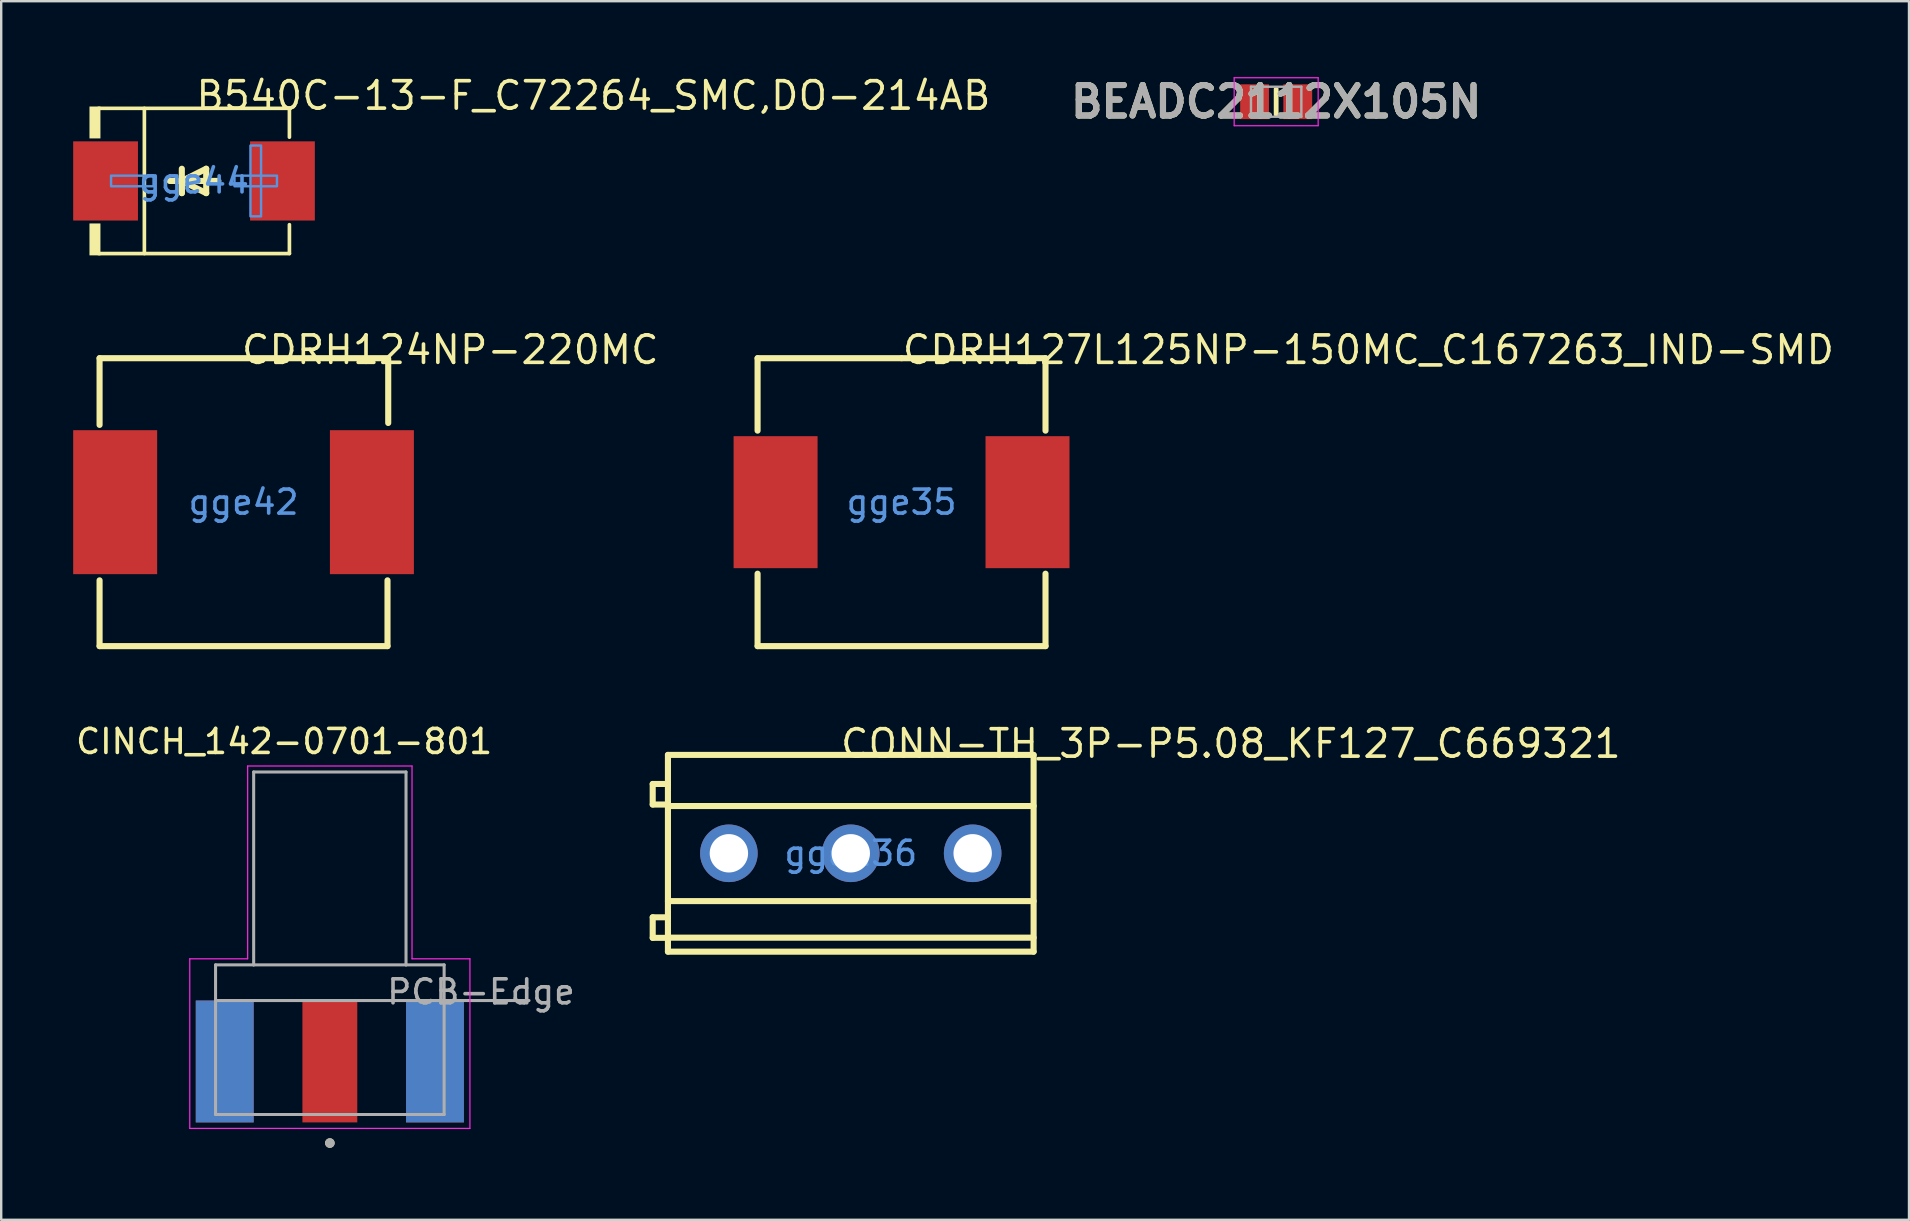
<source format=kicad_pcb>
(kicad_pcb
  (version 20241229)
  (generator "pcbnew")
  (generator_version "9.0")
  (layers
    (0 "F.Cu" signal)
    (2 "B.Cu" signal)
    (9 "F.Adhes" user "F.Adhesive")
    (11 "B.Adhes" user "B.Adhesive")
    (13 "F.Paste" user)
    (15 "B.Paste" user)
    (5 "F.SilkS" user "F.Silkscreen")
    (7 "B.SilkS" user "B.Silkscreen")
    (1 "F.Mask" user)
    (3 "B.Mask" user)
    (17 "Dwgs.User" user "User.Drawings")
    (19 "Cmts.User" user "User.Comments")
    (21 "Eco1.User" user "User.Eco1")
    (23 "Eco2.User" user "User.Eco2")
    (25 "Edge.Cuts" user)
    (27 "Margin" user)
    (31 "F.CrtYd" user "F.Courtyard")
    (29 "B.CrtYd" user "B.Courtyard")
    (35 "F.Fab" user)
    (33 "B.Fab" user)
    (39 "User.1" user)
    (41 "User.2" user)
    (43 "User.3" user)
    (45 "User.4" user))
  (footprint "B540C-13-F_C72264_SMC,DO-214AB"
    (layer "F.Cu")
    (at 5.036 4.491)
    (property "Reference" "B540C-13-F_C72264_SMC,DO-214AB" (at 0 -3.556 0) (layer "F.SilkS") (effects (font (size 1.143 1.143) (thickness 0.152)) (justify left)))
    (attr smd)
    (fp_line (start -3.976 -3.026) (end 3.976 -3.026) (stroke (width 0.152) (type solid)) (layer "F.SilkS"))
    (fp_line (start -3.976 3.026) (end 3.976 3.026) (stroke (width 0.152) (type solid)) (layer "F.SilkS"))
    (fp_line (start -2.069 -3.026) (end -2.069 3.026) (stroke (width 0.152) (type solid)) (layer "F.SilkS"))
    (fp_line (start -0.508 0) (end -0.508 0.508) (stroke (width 0.254) (type solid)) (layer "F.SilkS"))
    (fp_line (start -0.508 0) (end 0.508 0.508) (stroke (width 0.254) (type solid)) (layer "F.SilkS"))
    (fp_line (start -0.508 0.508) (end -0.508 -0.508) (stroke (width 0.254) (type solid)) (layer "F.SilkS"))
    (fp_line (start 0.508 -0.508) (end -0.508 0) (stroke (width 0.254) (type solid)) (layer "F.SilkS"))
    (fp_line (start 0.508 0.508) (end 0.508 -0.508) (stroke (width 0.254) (type solid)) (layer "F.SilkS"))
    (fp_line (start 1.016 0) (end -1.016 0) (stroke (width 0.254) (type solid)) (layer "F.SilkS"))
    (fp_line (start 3.976 -3.026) (end 3.976 -1.823) (stroke (width 0.152) (type solid)) (layer "F.SilkS"))
    (fp_line (start 3.976 3.026) (end 3.976 1.823) (stroke (width 0.152) (type solid)) (layer "F.SilkS"))
    (fp_poly (pts (xy -3.9 -3.102) (xy -3.9 -1.772) (xy -4.357 -1.772) (xy -4.357 -3.102)) (stroke (width 0) (type solid)) (fill yes) (layer "F.SilkS"))
    (fp_poly (pts (xy -3.9 3.102) (xy -3.9 1.772) (xy -4.357 1.772) (xy -4.357 3.102)) (stroke (width 0) (type solid)) (fill yes) (layer "F.SilkS"))
    (fp_poly (pts (xy -3.457 0.221) (xy -3.457 -0.221) (xy -1.687 -0.221) (xy -1.687 0.221)) (stroke (width 0.1) (type solid)) (fill no) (layer "Cmts.User"))
    (fp_poly (pts (xy 2.794 1.475) (xy 2.794 -1.475) (xy 2.351 -1.475) (xy 2.351 1.475)) (stroke (width 0.1) (type solid)) (fill no) (layer "Cmts.User"))
    (fp_poly (pts (xy 3.457 0.221) (xy 3.457 -0.221) (xy 1.687 -0.221) (xy 1.687 0.221)) (stroke (width 0.1) (type solid)) (fill no) (layer "Cmts.User"))
    (fp_text user "gge44" (at 0 0 0) (layer "Cmts.User") (effects (font (size 1 1) (thickness 0.15))))
    (pad "1" smd rect (at -3.686 0) (size 2.7 3.3) (layers "F.Cu" "F.Mask" "F.Paste"))
    (pad "2" smd rect (at 3.686 0) (size 2.7 3.3) (layers "F.Cu" "F.Mask" "F.Paste")))
  (footprint "CINCH_142-0701-801"
    (layer "F.Cu")
    (at 10.697 41.189)
    (property "Reference" "CINCH_142-0701-801" (at -1.905 -13.335 0) (layer "F.SilkS") (effects (font (size 1 1) (thickness 0.15))))
    (attr through_hole)
    (fp_line (start -2.8 2.21) (end -1.5 2.21) (stroke (width 0.127) (type solid)) (layer "F.SilkS"))
    (fp_line (start 1.5 2.21) (end 2.8 2.21) (stroke (width 0.127) (type solid)) (layer "F.SilkS"))
    (fp_circle (center 0 3.4) (end 0.1 3.4) (stroke (width 0.2) (type solid)) (fill no) (layer "F.SilkS"))
    (fp_line (start -5.838 -4.28) (end -3.425 -4.28) (stroke (width 0.05) (type solid)) (layer "F.CrtYd"))
    (fp_line (start -5.838 2.79) (end -5.838 -4.28) (stroke (width 0.05) (type solid)) (layer "F.CrtYd"))
    (fp_line (start -3.425 -12.315) (end 3.425 -12.315) (stroke (width 0.05) (type solid)) (layer "F.CrtYd"))
    (fp_line (start -3.425 -4.28) (end -3.425 -12.315) (stroke (width 0.05) (type solid)) (layer "F.CrtYd"))
    (fp_line (start 3.425 -12.315) (end 3.425 -4.28) (stroke (width 0.05) (type solid)) (layer "F.CrtYd"))
    (fp_line (start 3.425 -4.28) (end 5.838 -4.28) (stroke (width 0.05) (type solid)) (layer "F.CrtYd"))
    (fp_line (start 5.838 -4.28) (end 5.838 2.79) (stroke (width 0.05) (type solid)) (layer "F.CrtYd"))
    (fp_line (start 5.838 2.79) (end -5.838 2.79) (stroke (width 0.05) (type solid)) (layer "F.CrtYd"))
    (fp_line (start -4.763 -4.026) (end -4.763 -2.54) (stroke (width 0.127) (type solid)) (layer "F.Fab"))
    (fp_line (start -4.763 -4.026) (end -3.175 -4.026) (stroke (width 0.127) (type solid)) (layer "F.Fab"))
    (fp_line (start -4.763 -2.54) (end 4.763 -2.54) (stroke (width 0.127) (type solid)) (layer "F.Fab"))
    (fp_line (start -4.763 2.21) (end -4.763 -2.54) (stroke (width 0.127) (type solid)) (layer "F.Fab"))
    (fp_line (start -3.175 -12.065) (end 3.175 -12.065) (stroke (width 0.127) (type solid)) (layer "F.Fab"))
    (fp_line (start -3.175 -4.026) (end -3.175 -12.065) (stroke (width 0.127) (type solid)) (layer "F.Fab"))
    (fp_line (start -3.175 -4.026) (end 3.175 -4.026) (stroke (width 0.127) (type solid)) (layer "F.Fab"))
    (fp_line (start 3.175 -12.065) (end 3.175 -4.026) (stroke (width 0.127) (type solid)) (layer "F.Fab"))
    (fp_line (start 3.175 -4.026) (end 4.763 -4.026) (stroke (width 0.127) (type solid)) (layer "F.Fab"))
    (fp_line (start 4.763 -4.026) (end 4.763 -2.54) (stroke (width 0.127) (type solid)) (layer "F.Fab"))
    (fp_line (start 4.763 -2.54) (end 4.763 2.21) (stroke (width 0.127) (type solid)) (layer "F.Fab"))
    (fp_line (start 4.763 2.21) (end -4.763 2.21) (stroke (width 0.127) (type solid)) (layer "F.Fab"))
    (fp_line (start 4.8 -2.54) (end 8.3 -2.54) (stroke (width 0.127) (type solid)) (layer "F.Fab"))
    (fp_circle (center 0 3.4) (end 0.1 3.4) (stroke (width 0.2) (type solid)) (fill no) (layer "F.Fab"))
    (fp_text user "PCB-Edge" (at 6.3 -2.9 0) (layer "F.Fab") (effects (font (size 1 1) (thickness 0.15))))
    (pad "1" smd rect (at 0 0) (size 2.286 5.08) (layers "F.Cu" "F.Mask" "F.Paste"))
    (pad "S1" smd rect (at -4.381 0) (size 2.413 5.08) (layers "F.Cu" "F.Mask" "F.Paste"))
    (pad "S2" smd rect (at 4.381 0) (size 2.413 5.08) (layers "F.Cu" "F.Mask" "F.Paste"))
    (pad "S3" smd rect (at -4.381 0) (size 2.413 5.08) (layers "B.Cu" "B.Mask" "B.Paste"))
    (pad "S4" smd rect (at 4.381 0) (size 2.413 5.08) (layers "B.Cu" "B.Mask" "B.Paste")))
  (footprint "CDRH127L125NP-150MC_C167263_IND-SMD"
    (layer "F.Cu")
    (at 34.524 17.879)
    (property "Reference" "CDRH127L125NP-150MC_C167263_IND-SMD" (at -0.047 -6.35 0) (layer "F.SilkS") (effects (font (size 1.143 1.143) (thickness 0.152)) (justify left)))
    (attr smd)
    (fp_line (start -6 -6) (end 0 -6) (stroke (width 0.254) (type solid)) (layer "F.SilkS"))
    (fp_line (start -6 -2.981) (end -6 -6) (stroke (width 0.254) (type solid)) (layer "F.SilkS"))
    (fp_line (start -6 6) (end -6 2.981) (stroke (width 0.254) (type solid)) (layer "F.SilkS"))
    (fp_line (start 0 -6) (end 6 -6) (stroke (width 0.254) (type solid)) (layer "F.SilkS"))
    (fp_line (start 6 -6) (end 6 -2.981) (stroke (width 0.254) (type solid)) (layer "F.SilkS"))
    (fp_line (start 6 2.981) (end 6 6) (stroke (width 0.254) (type solid)) (layer "F.SilkS"))
    (fp_line (start 6 6) (end -6 6) (stroke (width 0.254) (type solid)) (layer "F.SilkS"))
    (fp_text user "gge35" (at 0 0 0) (layer "Cmts.User") (effects (font (size 1 1) (thickness 0.15))))
    (pad "1" smd rect (at -5.25 0) (size 3.5 5.5) (layers "F.Cu" "F.Mask" "F.Paste"))
    (pad "2" smd rect (at 5.25 0) (size 3.5 5.5) (layers "F.Cu" "F.Mask" "F.Paste")))
  (footprint "CONN-TH_3P-P5.08_KF127_C669321"
    (layer "F.Cu")
    (at 32.408 32.513)
    (property "Reference" "CONN-TH_3P-P5.08_KF127_C669321" (at -0.508 -4.572 0) (layer "F.SilkS") (effects (font (size 1.143 1.143) (thickness 0.152)) (justify left)))
    (attr through_hole)
    (fp_line (start -8.255 -2.889) (end -8.255 -2.032) (stroke (width 0.254) (type solid)) (layer "F.SilkS"))
    (fp_line (start -8.255 -2.032) (end -7.62 -2.032) (stroke (width 0.254) (type solid)) (layer "F.SilkS"))
    (fp_line (start -8.255 2.667) (end -8.255 3.524) (stroke (width 0.254) (type solid)) (layer "F.SilkS"))
    (fp_line (start -8.255 3.524) (end -7.62 3.524) (stroke (width 0.254) (type solid)) (layer "F.SilkS"))
    (fp_line (start -7.62 -4.1) (end -7.62 4.1) (stroke (width 0.254) (type solid)) (layer "F.SilkS"))
    (fp_line (start -7.62 -4.1) (end 7.62 -4.1) (stroke (width 0.254) (type solid)) (layer "F.SilkS"))
    (fp_line (start -7.62 -2.889) (end -8.255 -2.889) (stroke (width 0.254) (type solid)) (layer "F.SilkS"))
    (fp_line (start -7.62 -1.97) (end 7.62 -1.97) (stroke (width 0.254) (type solid)) (layer "F.SilkS"))
    (fp_line (start -7.62 1.993) (end 7.62 1.993) (stroke (width 0.254) (type solid)) (layer "F.SilkS"))
    (fp_line (start -7.62 2.667) (end -8.255 2.667) (stroke (width 0.254) (type solid)) (layer "F.SilkS"))
    (fp_line (start -7.62 3.517) (end 7.62 3.517) (stroke (width 0.254) (type solid)) (layer "F.SilkS"))
    (fp_line (start -7.62 4.1) (end 7.62 4.1) (stroke (width 0.254) (type solid)) (layer "F.SilkS"))
    (fp_line (start 7.62 -4.1) (end 7.62 4.1) (stroke (width 0.254) (type solid)) (layer "F.SilkS"))
    (fp_text user "gge136" (at 0 0 0) (layer "Cmts.User") (effects (font (size 1 1) (thickness 0.15))))
    (pad "1" thru_hole circle (at -5.08 0) (size 2.4 2.4) (drill 1.6) (layers "*.Cu" "*.Paste" "*.Mask"))
    (pad "2" thru_hole circle (at 0 0) (size 2.4 2.4) (drill 1.6) (layers "*.Cu" "*.Paste" "*.Mask"))
    (pad "3" thru_hole circle (at 5.08 0) (size 2.4 2.4) (drill 1.6) (layers "*.Cu" "*.Paste" "*.Mask")))
  (footprint "CDRH124NP-220MC"
    (layer "F.Cu")
    (at 7.1 17.879)
    (property "Reference" "CDRH124NP-220MC" (at -0.166 -6.35 0) (layer "F.SilkS") (effects (font (size 1.143 1.143) (thickness 0.152)) (justify left)))
    (attr smd)
    (fp_line (start -6 -6) (end 6 -6) (stroke (width 0.254) (type solid)) (layer "F.SilkS"))
    (fp_line (start -6 -3.22) (end -6 -6) (stroke (width 0.254) (type solid)) (layer "F.SilkS"))
    (fp_line (start -6 6) (end -6 3.258) (stroke (width 0.254) (type solid)) (layer "F.SilkS"))
    (fp_line (start -6 6) (end 6 6) (stroke (width 0.254) (type solid)) (layer "F.SilkS"))
    (fp_line (start 6 6) (end 6 3.258) (stroke (width 0.254) (type solid)) (layer "F.SilkS"))
    (fp_line (start 6.03 -3.3) (end 6.03 -5.98) (stroke (width 0.254) (type solid)) (layer "F.SilkS"))
    (fp_text user "gge42" (at 0 0 0) (layer "Cmts.User") (effects (font (size 1 1) (thickness 0.15))))
    (pad "1" smd rect (at -5.35 0) (size 3.5 6) (layers "F.Cu" "F.Mask" "F.Paste"))
    (pad "2" smd rect (at 5.35 0) (size 3.5 6) (layers "F.Cu" "F.Mask" "F.Paste")))
  (footprint "BEADC2112X105N"
    (layer "F.Cu")
    (at 50.137 1.189)
    (property "Reference" "BEADC2112X105N" (at 0 0 0) (layer "F.SilkS") (effects (font (size 1.27 1.27) (thickness 0.254))))
    (attr smd)
    (fp_line (start 0 -0.525) (end 0 0.525) (stroke (width 0.2) (type solid)) (layer "F.SilkS"))
    (fp_line (start -1.75 -1) (end 1.75 -1) (stroke (width 0.05) (type solid)) (layer "F.CrtYd"))
    (fp_line (start -1.75 1) (end -1.75 -1) (stroke (width 0.05) (type solid)) (layer "F.CrtYd"))
    (fp_line (start 1.75 -1) (end 1.75 1) (stroke (width 0.05) (type solid)) (layer "F.CrtYd"))
    (fp_line (start 1.75 1) (end -1.75 1) (stroke (width 0.05) (type solid)) (layer "F.CrtYd"))
    (fp_line (start -1.05 -0.625) (end 1.05 -0.625) (stroke (width 0.1) (type solid)) (layer "F.Fab"))
    (fp_line (start -1.05 0.625) (end -1.05 -0.625) (stroke (width 0.1) (type solid)) (layer "F.Fab"))
    (fp_line (start 1.05 -0.625) (end 1.05 0.625) (stroke (width 0.1) (type solid)) (layer "F.Fab"))
    (fp_line (start 1.05 0.625) (end -1.05 0.625) (stroke (width 0.1) (type solid)) (layer "F.Fab"))
    (fp_text user "${REFERENCE}" (at 0 0 0) (layer "F.Fab") (effects (font (size 1.27 1.27) (thickness 0.254))))
    (pad "1" smd rect (at -0.9 0) (size 1.2 1.45) (layers "F.Cu" "F.Mask" "F.Paste"))
    (pad "2" smd rect (at 0.9 0) (size 1.2 1.45) (layers "F.Cu" "F.Mask" "F.Paste")))
  (gr_rect
    (start -3 -3)
    (end 76.512 47.789)
    (stroke (width 0.1) (type default))
    (fill no)
    (layer "Edge.Cuts")))
</source>
